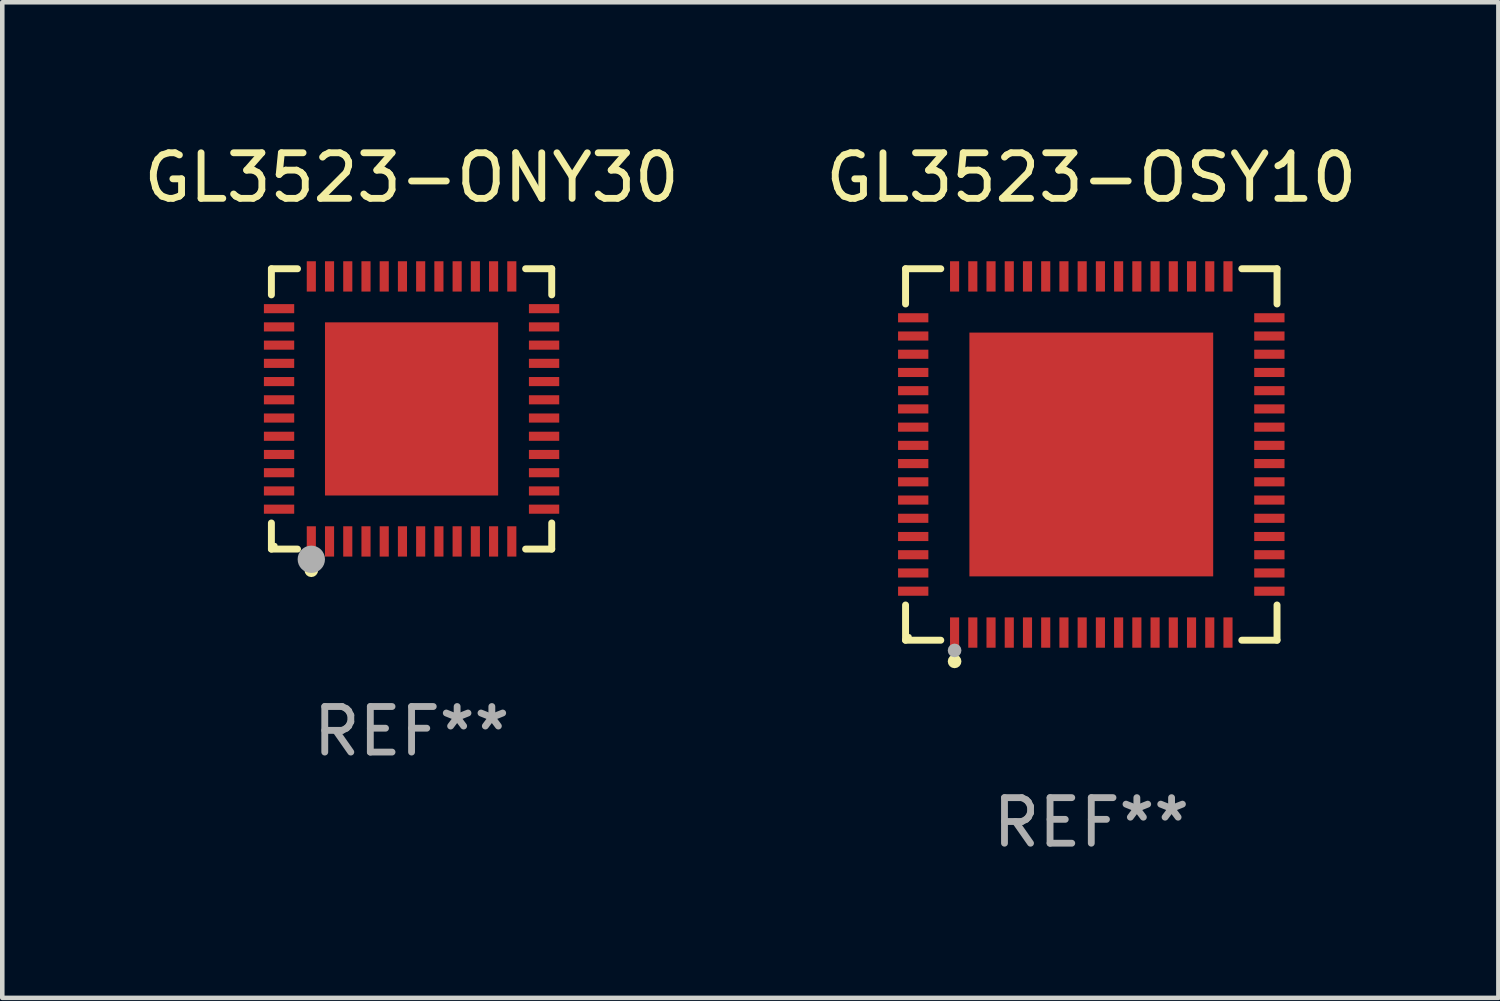
<source format=kicad_pcb>
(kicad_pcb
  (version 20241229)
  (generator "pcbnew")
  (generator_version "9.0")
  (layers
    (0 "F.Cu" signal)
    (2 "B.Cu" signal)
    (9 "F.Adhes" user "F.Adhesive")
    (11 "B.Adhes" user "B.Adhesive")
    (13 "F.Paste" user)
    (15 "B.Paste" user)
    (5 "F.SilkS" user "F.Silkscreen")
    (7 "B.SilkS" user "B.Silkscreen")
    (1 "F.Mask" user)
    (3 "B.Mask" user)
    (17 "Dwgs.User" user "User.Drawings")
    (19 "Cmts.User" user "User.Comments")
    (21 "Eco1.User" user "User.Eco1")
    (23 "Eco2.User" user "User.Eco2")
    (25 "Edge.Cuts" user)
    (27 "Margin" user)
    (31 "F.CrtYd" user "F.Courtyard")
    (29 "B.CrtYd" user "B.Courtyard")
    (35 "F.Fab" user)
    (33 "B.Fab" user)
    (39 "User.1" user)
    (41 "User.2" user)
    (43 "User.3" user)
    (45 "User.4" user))
  (footprint "GL3523-OSY10"
    (layer "F.Cu")
    (at 20.899 6.924)
    (property "Reference" "GL3523-OSY10" (at 0 -6.076 0) (layer "F.SilkS") (effects (font (size 1 1) (thickness 0.15))))
    (attr through_hole)
    (fp_line (start -4.076 -4.076) (end -3.303 -4.076) (stroke (width 0.152) (type solid)) (layer "F.SilkS"))
    (fp_line (start -4.076 -3.303) (end -4.076 -4.076) (stroke (width 0.152) (type solid)) (layer "F.SilkS"))
    (fp_line (start -4.076 3.303) (end -4.076 4.076) (stroke (width 0.152) (type solid)) (layer "F.SilkS"))
    (fp_line (start -4.076 4.076) (end -3.303 4.076) (stroke (width 0.152) (type solid)) (layer "F.SilkS"))
    (fp_line (start 4.076 -4.076) (end 3.303 -4.076) (stroke (width 0.152) (type solid)) (layer "F.SilkS"))
    (fp_line (start 4.076 -3.303) (end 4.076 -4.076) (stroke (width 0.152) (type solid)) (layer "F.SilkS"))
    (fp_line (start 4.076 3.303) (end 4.076 4.076) (stroke (width 0.152) (type solid)) (layer "F.SilkS"))
    (fp_line (start 4.076 4.076) (end 3.303 4.076) (stroke (width 0.152) (type solid)) (layer "F.SilkS"))
    (fp_circle (center -4 4) (end -3.97 4) (stroke (width 0.06) (type solid)) (fill no) (layer "F.SilkS"))
    (fp_circle (center -3 4.54) (end -2.925 4.54) (stroke (width 0.15) (type solid)) (fill no) (layer "F.SilkS"))
    (fp_circle (center -3 4.3) (end -2.925 4.3) (stroke (width 0.15) (type solid)) (fill no) (layer "F.Fab"))
    (fp_text user "REF**" (at 0 8.076 0) (layer "F.Fab") (effects (font (size 1 1) (thickness 0.15))))
    (pad "1" smd rect (at -3 3.908) (size 0.2 0.665) (layers "F.Cu" "F.Mask" "F.Paste"))
    (pad "2" smd rect (at -2.6 3.908) (size 0.2 0.665) (layers "F.Cu" "F.Mask" "F.Paste"))
    (pad "3" smd rect (at -2.2 3.908) (size 0.2 0.665) (layers "F.Cu" "F.Mask" "F.Paste"))
    (pad "4" smd rect (at -1.8 3.908) (size 0.2 0.665) (layers "F.Cu" "F.Mask" "F.Paste"))
    (pad "5" smd rect (at -1.4 3.908) (size 0.2 0.665) (layers "F.Cu" "F.Mask" "F.Paste"))
    (pad "6" smd rect (at -1 3.908) (size 0.2 0.665) (layers "F.Cu" "F.Mask" "F.Paste"))
    (pad "7" smd rect (at -0.6 3.908) (size 0.2 0.665) (layers "F.Cu" "F.Mask" "F.Paste"))
    (pad "8" smd rect (at -0.2 3.908) (size 0.2 0.665) (layers "F.Cu" "F.Mask" "F.Paste"))
    (pad "9" smd rect (at 0.2 3.908) (size 0.2 0.665) (layers "F.Cu" "F.Mask" "F.Paste"))
    (pad "10" smd rect (at 0.6 3.908) (size 0.2 0.665) (layers "F.Cu" "F.Mask" "F.Paste"))
    (pad "11" smd rect (at 1 3.908) (size 0.2 0.665) (layers "F.Cu" "F.Mask" "F.Paste"))
    (pad "12" smd rect (at 1.4 3.908) (size 0.2 0.665) (layers "F.Cu" "F.Mask" "F.Paste"))
    (pad "13" smd rect (at 1.8 3.908) (size 0.2 0.665) (layers "F.Cu" "F.Mask" "F.Paste"))
    (pad "14" smd rect (at 2.2 3.908) (size 0.2 0.665) (layers "F.Cu" "F.Mask" "F.Paste"))
    (pad "15" smd rect (at 2.6 3.908) (size 0.2 0.665) (layers "F.Cu" "F.Mask" "F.Paste"))
    (pad "16" smd rect (at 3 3.908) (size 0.2 0.665) (layers "F.Cu" "F.Mask" "F.Paste"))
    (pad "17" smd rect (at 3.908 3) (size 0.665 0.2) (layers "F.Cu" "F.Mask" "F.Paste"))
    (pad "18" smd rect (at 3.908 2.6) (size 0.665 0.2) (layers "F.Cu" "F.Mask" "F.Paste"))
    (pad "19" smd rect (at 3.908 2.2) (size 0.665 0.2) (layers "F.Cu" "F.Mask" "F.Paste"))
    (pad "20" smd rect (at 3.908 1.8) (size 0.665 0.2) (layers "F.Cu" "F.Mask" "F.Paste"))
    (pad "21" smd rect (at 3.908 1.4) (size 0.665 0.2) (layers "F.Cu" "F.Mask" "F.Paste"))
    (pad "22" smd rect (at 3.908 1) (size 0.665 0.2) (layers "F.Cu" "F.Mask" "F.Paste"))
    (pad "23" smd rect (at 3.908 0.6) (size 0.665 0.2) (layers "F.Cu" "F.Mask" "F.Paste"))
    (pad "24" smd rect (at 3.908 0.2) (size 0.665 0.2) (layers "F.Cu" "F.Mask" "F.Paste"))
    (pad "25" smd rect (at 3.908 -0.2) (size 0.665 0.2) (layers "F.Cu" "F.Mask" "F.Paste"))
    (pad "26" smd rect (at 3.908 -0.6) (size 0.665 0.2) (layers "F.Cu" "F.Mask" "F.Paste"))
    (pad "27" smd rect (at 3.908 -1) (size 0.665 0.2) (layers "F.Cu" "F.Mask" "F.Paste"))
    (pad "28" smd rect (at 3.908 -1.4) (size 0.665 0.2) (layers "F.Cu" "F.Mask" "F.Paste"))
    (pad "29" smd rect (at 3.908 -1.8) (size 0.665 0.2) (layers "F.Cu" "F.Mask" "F.Paste"))
    (pad "30" smd rect (at 3.908 -2.2) (size 0.665 0.2) (layers "F.Cu" "F.Mask" "F.Paste"))
    (pad "31" smd rect (at 3.908 -2.6) (size 0.665 0.2) (layers "F.Cu" "F.Mask" "F.Paste"))
    (pad "32" smd rect (at 3.908 -3) (size 0.665 0.2) (layers "F.Cu" "F.Mask" "F.Paste"))
    (pad "33" smd rect (at 3 -3.908) (size 0.2 0.665) (layers "F.Cu" "F.Mask" "F.Paste"))
    (pad "34" smd rect (at 2.6 -3.908) (size 0.2 0.665) (layers "F.Cu" "F.Mask" "F.Paste"))
    (pad "35" smd rect (at 2.2 -3.908) (size 0.2 0.665) (layers "F.Cu" "F.Mask" "F.Paste"))
    (pad "36" smd rect (at 1.8 -3.908) (size 0.2 0.665) (layers "F.Cu" "F.Mask" "F.Paste"))
    (pad "37" smd rect (at 1.4 -3.908) (size 0.2 0.665) (layers "F.Cu" "F.Mask" "F.Paste"))
    (pad "38" smd rect (at 1 -3.908) (size 0.2 0.665) (layers "F.Cu" "F.Mask" "F.Paste"))
    (pad "39" smd rect (at 0.6 -3.908) (size 0.2 0.665) (layers "F.Cu" "F.Mask" "F.Paste"))
    (pad "40" smd rect (at 0.2 -3.908) (size 0.2 0.665) (layers "F.Cu" "F.Mask" "F.Paste"))
    (pad "41" smd rect (at -0.2 -3.908) (size 0.2 0.665) (layers "F.Cu" "F.Mask" "F.Paste"))
    (pad "42" smd rect (at -0.6 -3.908) (size 0.2 0.665) (layers "F.Cu" "F.Mask" "F.Paste"))
    (pad "43" smd rect (at -1 -3.908) (size 0.2 0.665) (layers "F.Cu" "F.Mask" "F.Paste"))
    (pad "44" smd rect (at -1.4 -3.908) (size 0.2 0.665) (layers "F.Cu" "F.Mask" "F.Paste"))
    (pad "45" smd rect (at -1.8 -3.908) (size 0.2 0.665) (layers "F.Cu" "F.Mask" "F.Paste"))
    (pad "46" smd rect (at -2.2 -3.908) (size 0.2 0.665) (layers "F.Cu" "F.Mask" "F.Paste"))
    (pad "47" smd rect (at -2.6 -3.908) (size 0.2 0.665) (layers "F.Cu" "F.Mask" "F.Paste"))
    (pad "48" smd rect (at -3 -3.908) (size 0.2 0.665) (layers "F.Cu" "F.Mask" "F.Paste"))
    (pad "49" smd rect (at -3.908 -3) (size 0.665 0.2) (layers "F.Cu" "F.Mask" "F.Paste"))
    (pad "50" smd rect (at -3.908 -2.6) (size 0.665 0.2) (layers "F.Cu" "F.Mask" "F.Paste"))
    (pad "51" smd rect (at -3.908 -2.2) (size 0.665 0.2) (layers "F.Cu" "F.Mask" "F.Paste"))
    (pad "52" smd rect (at -3.908 -1.8) (size 0.665 0.2) (layers "F.Cu" "F.Mask" "F.Paste"))
    (pad "53" smd rect (at -3.908 -1.4) (size 0.665 0.2) (layers "F.Cu" "F.Mask" "F.Paste"))
    (pad "54" smd rect (at -3.908 -1) (size 0.665 0.2) (layers "F.Cu" "F.Mask" "F.Paste"))
    (pad "55" smd rect (at -3.908 -0.6) (size 0.665 0.2) (layers "F.Cu" "F.Mask" "F.Paste"))
    (pad "56" smd rect (at -3.908 -0.2) (size 0.665 0.2) (layers "F.Cu" "F.Mask" "F.Paste"))
    (pad "57" smd rect (at -3.908 0.2) (size 0.665 0.2) (layers "F.Cu" "F.Mask" "F.Paste"))
    (pad "58" smd rect (at -3.908 0.6) (size 0.665 0.2) (layers "F.Cu" "F.Mask" "F.Paste"))
    (pad "59" smd rect (at -3.908 1) (size 0.665 0.2) (layers "F.Cu" "F.Mask" "F.Paste"))
    (pad "60" smd rect (at -3.908 1.4) (size 0.665 0.2) (layers "F.Cu" "F.Mask" "F.Paste"))
    (pad "61" smd rect (at -3.908 1.8) (size 0.665 0.2) (layers "F.Cu" "F.Mask" "F.Paste"))
    (pad "62" smd rect (at -3.908 2.2) (size 0.665 0.2) (layers "F.Cu" "F.Mask" "F.Paste"))
    (pad "63" smd rect (at -3.908 2.6) (size 0.665 0.2) (layers "F.Cu" "F.Mask" "F.Paste"))
    (pad "64" smd rect (at -3.908 3) (size 0.665 0.2) (layers "F.Cu" "F.Mask" "F.Paste"))
    (pad "65" smd rect (at 0 0) (size 5.35 5.35) (layers "F.Cu" "F.Mask" "F.Paste")))
  (footprint "GL3523-ONY30"
    (layer "F.Cu")
    (at 5.982 5.924)
    (property "Reference" "GL3523-ONY30" (at 0 -5.076 0) (layer "F.SilkS") (effects (font (size 1 1) (thickness 0.15))))
    (attr through_hole)
    (fp_line (start -3.076 -3.076) (end -2.503 -3.076) (stroke (width 0.152) (type solid)) (layer "F.SilkS"))
    (fp_line (start -3.076 -2.503) (end -3.076 -3.076) (stroke (width 0.152) (type solid)) (layer "F.SilkS"))
    (fp_line (start -3.076 2.503) (end -3.076 3.076) (stroke (width 0.152) (type solid)) (layer "F.SilkS"))
    (fp_line (start -3.076 3.076) (end -2.503 3.076) (stroke (width 0.152) (type solid)) (layer "F.SilkS"))
    (fp_line (start 3.076 -3.076) (end 2.503 -3.076) (stroke (width 0.152) (type solid)) (layer "F.SilkS"))
    (fp_line (start 3.076 -2.503) (end 3.076 -3.076) (stroke (width 0.152) (type solid)) (layer "F.SilkS"))
    (fp_line (start 3.076 2.503) (end 3.076 3.076) (stroke (width 0.152) (type solid)) (layer "F.SilkS"))
    (fp_line (start 3.076 3.076) (end 2.503 3.076) (stroke (width 0.152) (type solid)) (layer "F.SilkS"))
    (fp_circle (center -3 3) (end -2.97 3) (stroke (width 0.06) (type solid)) (fill no) (layer "F.SilkS"))
    (fp_circle (center -2.2 3.54) (end -2.125 3.54) (stroke (width 0.15) (type solid)) (fill no) (layer "F.SilkS"))
    (fp_circle (center -2.2 3.3) (end -2.05 3.3) (stroke (width 0.3) (type solid)) (fill no) (layer "F.Fab"))
    (fp_text user "REF**" (at 0 7.076 0) (layer "F.Fab") (effects (font (size 1 1) (thickness 0.15))))
    (pad "1" smd rect (at -2.2 2.908) (size 0.2 0.665) (layers "F.Cu" "F.Mask" "F.Paste"))
    (pad "2" smd rect (at -1.8 2.908) (size 0.2 0.665) (layers "F.Cu" "F.Mask" "F.Paste"))
    (pad "3" smd rect (at -1.4 2.908) (size 0.2 0.665) (layers "F.Cu" "F.Mask" "F.Paste"))
    (pad "4" smd rect (at -1 2.908) (size 0.2 0.665) (layers "F.Cu" "F.Mask" "F.Paste"))
    (pad "5" smd rect (at -0.6 2.908) (size 0.2 0.665) (layers "F.Cu" "F.Mask" "F.Paste"))
    (pad "6" smd rect (at -0.2 2.908) (size 0.2 0.665) (layers "F.Cu" "F.Mask" "F.Paste"))
    (pad "7" smd rect (at 0.2 2.908) (size 0.2 0.665) (layers "F.Cu" "F.Mask" "F.Paste"))
    (pad "8" smd rect (at 0.6 2.908) (size 0.2 0.665) (layers "F.Cu" "F.Mask" "F.Paste"))
    (pad "9" smd rect (at 1 2.908) (size 0.2 0.665) (layers "F.Cu" "F.Mask" "F.Paste"))
    (pad "10" smd rect (at 1.4 2.908) (size 0.2 0.665) (layers "F.Cu" "F.Mask" "F.Paste"))
    (pad "11" smd rect (at 1.8 2.908) (size 0.2 0.665) (layers "F.Cu" "F.Mask" "F.Paste"))
    (pad "12" smd rect (at 2.2 2.908) (size 0.2 0.665) (layers "F.Cu" "F.Mask" "F.Paste"))
    (pad "13" smd rect (at 2.908 2.2) (size 0.665 0.2) (layers "F.Cu" "F.Mask" "F.Paste"))
    (pad "14" smd rect (at 2.908 1.8) (size 0.665 0.2) (layers "F.Cu" "F.Mask" "F.Paste"))
    (pad "15" smd rect (at 2.908 1.4) (size 0.665 0.2) (layers "F.Cu" "F.Mask" "F.Paste"))
    (pad "16" smd rect (at 2.908 1) (size 0.665 0.2) (layers "F.Cu" "F.Mask" "F.Paste"))
    (pad "17" smd rect (at 2.908 0.6) (size 0.665 0.2) (layers "F.Cu" "F.Mask" "F.Paste"))
    (pad "18" smd rect (at 2.908 0.2) (size 0.665 0.2) (layers "F.Cu" "F.Mask" "F.Paste"))
    (pad "19" smd rect (at 2.908 -0.2) (size 0.665 0.2) (layers "F.Cu" "F.Mask" "F.Paste"))
    (pad "20" smd rect (at 2.908 -0.6) (size 0.665 0.2) (layers "F.Cu" "F.Mask" "F.Paste"))
    (pad "21" smd rect (at 2.908 -1) (size 0.665 0.2) (layers "F.Cu" "F.Mask" "F.Paste"))
    (pad "22" smd rect (at 2.908 -1.4) (size 0.665 0.2) (layers "F.Cu" "F.Mask" "F.Paste"))
    (pad "23" smd rect (at 2.908 -1.8) (size 0.665 0.2) (layers "F.Cu" "F.Mask" "F.Paste"))
    (pad "24" smd rect (at 2.908 -2.2) (size 0.665 0.2) (layers "F.Cu" "F.Mask" "F.Paste"))
    (pad "25" smd rect (at 2.2 -2.908) (size 0.2 0.665) (layers "F.Cu" "F.Mask" "F.Paste"))
    (pad "26" smd rect (at 1.8 -2.908) (size 0.2 0.665) (layers "F.Cu" "F.Mask" "F.Paste"))
    (pad "27" smd rect (at 1.4 -2.908) (size 0.2 0.665) (layers "F.Cu" "F.Mask" "F.Paste"))
    (pad "28" smd rect (at 1 -2.908) (size 0.2 0.665) (layers "F.Cu" "F.Mask" "F.Paste"))
    (pad "29" smd rect (at 0.6 -2.908) (size 0.2 0.665) (layers "F.Cu" "F.Mask" "F.Paste"))
    (pad "30" smd rect (at 0.2 -2.908) (size 0.2 0.665) (layers "F.Cu" "F.Mask" "F.Paste"))
    (pad "31" smd rect (at -0.2 -2.908) (size 0.2 0.665) (layers "F.Cu" "F.Mask" "F.Paste"))
    (pad "32" smd rect (at -0.6 -2.908) (size 0.2 0.665) (layers "F.Cu" "F.Mask" "F.Paste"))
    (pad "33" smd rect (at -1 -2.908) (size 0.2 0.665) (layers "F.Cu" "F.Mask" "F.Paste"))
    (pad "34" smd rect (at -1.4 -2.908) (size 0.2 0.665) (layers "F.Cu" "F.Mask" "F.Paste"))
    (pad "35" smd rect (at -1.8 -2.908) (size 0.2 0.665) (layers "F.Cu" "F.Mask" "F.Paste"))
    (pad "36" smd rect (at -2.2 -2.908) (size 0.2 0.665) (layers "F.Cu" "F.Mask" "F.Paste"))
    (pad "37" smd rect (at -2.908 -2.2) (size 0.665 0.2) (layers "F.Cu" "F.Mask" "F.Paste"))
    (pad "38" smd rect (at -2.908 -1.8) (size 0.665 0.2) (layers "F.Cu" "F.Mask" "F.Paste"))
    (pad "39" smd rect (at -2.908 -1.4) (size 0.665 0.2) (layers "F.Cu" "F.Mask" "F.Paste"))
    (pad "40" smd rect (at -2.908 -1) (size 0.665 0.2) (layers "F.Cu" "F.Mask" "F.Paste"))
    (pad "41" smd rect (at -2.908 -0.6) (size 0.665 0.2) (layers "F.Cu" "F.Mask" "F.Paste"))
    (pad "42" smd rect (at -2.908 -0.2) (size 0.665 0.2) (layers "F.Cu" "F.Mask" "F.Paste"))
    (pad "43" smd rect (at -2.908 0.2) (size 0.665 0.2) (layers "F.Cu" "F.Mask" "F.Paste"))
    (pad "44" smd rect (at -2.908 0.6) (size 0.665 0.2) (layers "F.Cu" "F.Mask" "F.Paste"))
    (pad "45" smd rect (at -2.908 1) (size 0.665 0.2) (layers "F.Cu" "F.Mask" "F.Paste"))
    (pad "46" smd rect (at -2.908 1.4) (size 0.665 0.2) (layers "F.Cu" "F.Mask" "F.Paste"))
    (pad "47" smd rect (at -2.908 1.8) (size 0.665 0.2) (layers "F.Cu" "F.Mask" "F.Paste"))
    (pad "48" smd rect (at -2.908 2.2) (size 0.665 0.2) (layers "F.Cu" "F.Mask" "F.Paste"))
    (pad "49" smd rect (at 0 0) (size 3.8 3.8) (layers "F.Cu" "F.Mask" "F.Paste")))
  (gr_rect
    (start -3 -3)
    (end 29.833 18.849)
    (stroke (width 0.1) (type default))
    (fill no)
    (layer "Edge.Cuts")))
</source>
